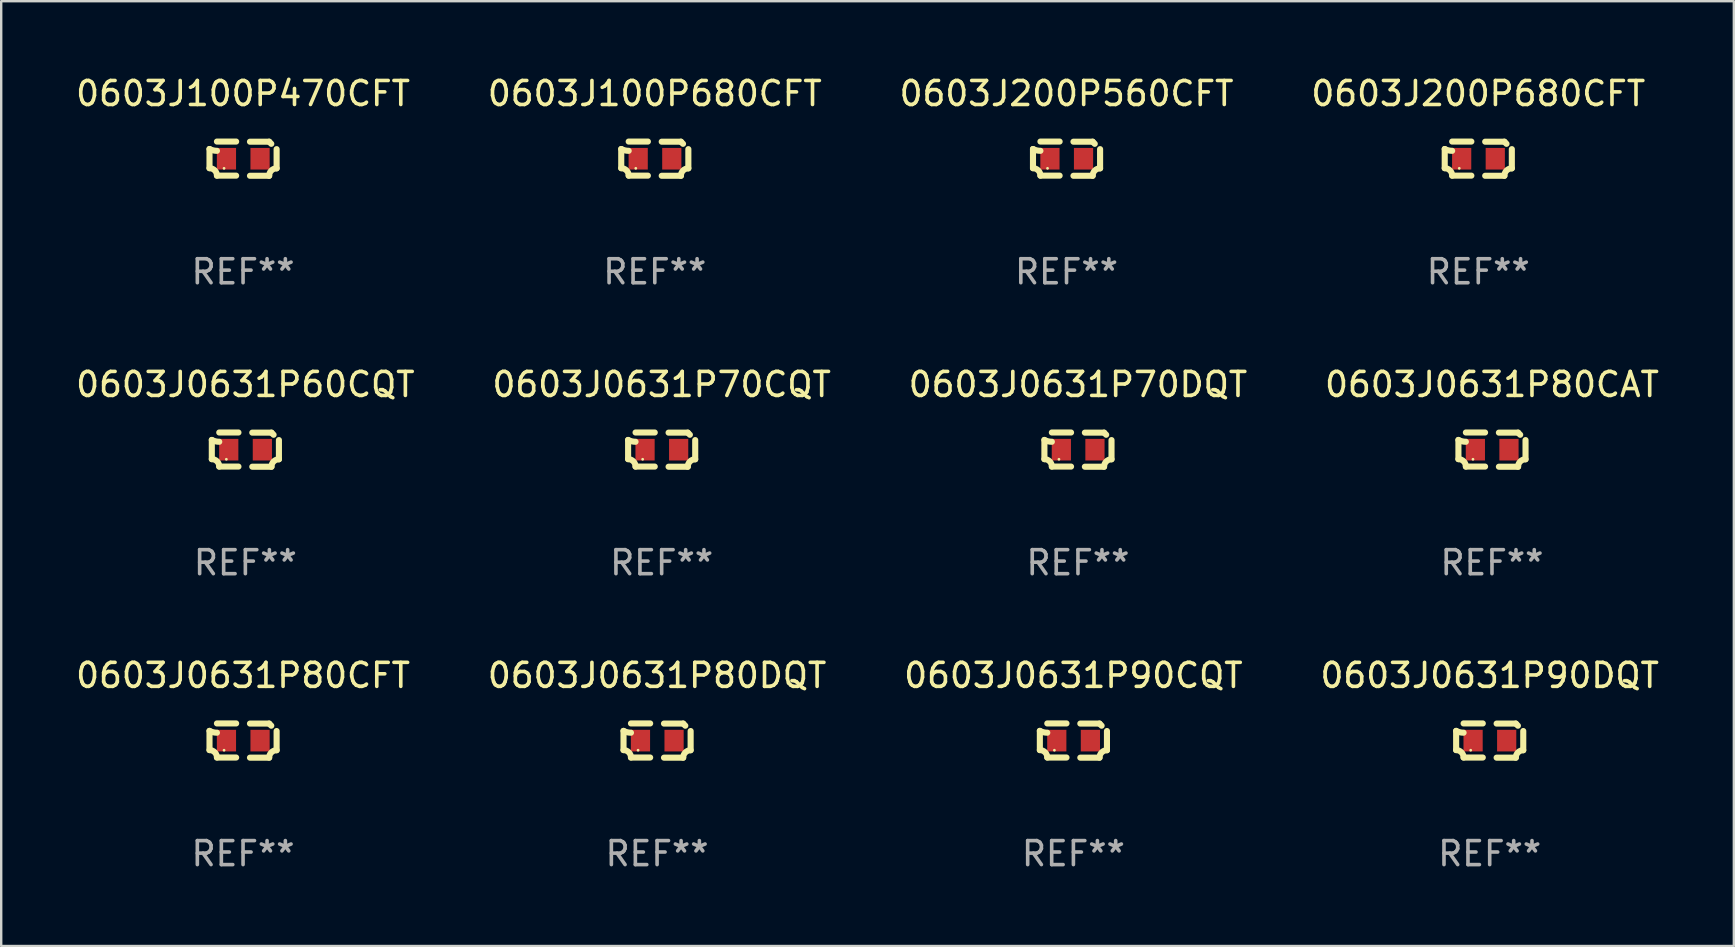
<source format=kicad_pcb>
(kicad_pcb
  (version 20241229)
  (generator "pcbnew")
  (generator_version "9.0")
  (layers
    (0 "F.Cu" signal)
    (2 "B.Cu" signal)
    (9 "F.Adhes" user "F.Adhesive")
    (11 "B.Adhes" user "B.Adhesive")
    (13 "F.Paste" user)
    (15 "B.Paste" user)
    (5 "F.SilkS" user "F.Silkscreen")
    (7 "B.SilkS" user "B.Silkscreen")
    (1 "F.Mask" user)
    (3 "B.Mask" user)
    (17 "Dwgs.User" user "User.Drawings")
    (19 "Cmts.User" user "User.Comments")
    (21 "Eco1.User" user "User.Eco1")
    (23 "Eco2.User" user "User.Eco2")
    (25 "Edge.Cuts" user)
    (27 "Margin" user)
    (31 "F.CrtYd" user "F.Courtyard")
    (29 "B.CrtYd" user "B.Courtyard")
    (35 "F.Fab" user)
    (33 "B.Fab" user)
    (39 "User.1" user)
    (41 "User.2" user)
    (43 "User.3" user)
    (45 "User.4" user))
  (footprint "0603J0631P90DQT"
    (layer "F.Cu")
    (at 59.018 27.805)
    (property "Reference" "0603J0631P90DQT" (at 0 -2.713 0) (layer "F.SilkS") (effects (font (size 1 1) (thickness 0.15))))
    (attr through_hole)
    (fp_line (start -1.398 -0.403) (end -1.398 0.397) (stroke (width 0.254) (type solid)) (layer "F.SilkS"))
    (fp_line (start -0.288 -0.713) (end -1.088 -0.713) (stroke (width 0.254) (type solid)) (layer "F.SilkS"))
    (fp_line (start -0.288 0.707) (end -1.088 0.707) (stroke (width 0.254) (type solid)) (layer "F.SilkS"))
    (fp_line (start 0.288 -0.707) (end 1.088 -0.707) (stroke (width 0.254) (type solid)) (layer "F.SilkS"))
    (fp_line (start 0.288 0.713) (end 1.088 0.713) (stroke (width 0.254) (type solid)) (layer "F.SilkS"))
    (fp_line (start 1.398 -0.397) (end 1.398 0.403) (stroke (width 0.254) (type solid)) (layer "F.SilkS"))
    (fp_arc (start -1.397789 0.397066) (mid -1.178701 0.487826) (end -1.08796 0.706922) (stroke (width 0.254001) (type solid)) (layer "F.SilkS"))
    (fp_arc (start -1.08796 -0.327176) (mid -1.247436 -0.346384) (end -1.39779 -0.402908) (stroke (width 0.254001) (type solid)) (layer "F.SilkS"))
    (fp_arc (start 1.087909 0.712738) (mid 1.178656 0.493655) (end 1.397739 0.402908) (stroke (width 0.254001) (type solid)) (layer "F.SilkS"))
    (fp_arc (start 1.175925 -0.618926) (mid 1.131917 -0.662923) (end 1.08791 -0.706922) (stroke (width 0.254001) (type solid)) (layer "F.SilkS"))
    (fp_circle (center -0.792 0.403) (end -0.762 0.403) (stroke (width 0.06) (type solid)) (fill no) (layer "F.SilkS"))
    (fp_text user "REF**" (at 0 4.713 0) (layer "F.Fab") (effects (font (size 1 1) (thickness 0.15))))
    (pad "1" smd rect (at -0.692 0.003) (size 0.8 0.9) (layers "F.Cu" "F.Mask" "F.Paste"))
    (pad "2" smd rect (at 0.708 0.003) (size 0.8 0.9) (layers "F.Cu" "F.Mask" "F.Paste")))
  (footprint "0603J100P470CFT"
    (layer "F.Cu")
    (at 7.077 3.561)
    (property "Reference" "0603J100P470CFT" (at 0 -2.713 0) (layer "F.SilkS") (effects (font (size 1 1) (thickness 0.15))))
    (attr through_hole)
    (fp_line (start -1.398 -0.403) (end -1.398 0.397) (stroke (width 0.254) (type solid)) (layer "F.SilkS"))
    (fp_line (start -0.288 -0.713) (end -1.088 -0.713) (stroke (width 0.254) (type solid)) (layer "F.SilkS"))
    (fp_line (start -0.288 0.707) (end -1.088 0.707) (stroke (width 0.254) (type solid)) (layer "F.SilkS"))
    (fp_line (start 0.288 -0.707) (end 1.088 -0.707) (stroke (width 0.254) (type solid)) (layer "F.SilkS"))
    (fp_line (start 0.288 0.713) (end 1.088 0.713) (stroke (width 0.254) (type solid)) (layer "F.SilkS"))
    (fp_line (start 1.398 -0.397) (end 1.398 0.403) (stroke (width 0.254) (type solid)) (layer "F.SilkS"))
    (fp_arc (start -1.397789 0.397066) (mid -1.178701 0.487826) (end -1.08796 0.706922) (stroke (width 0.254001) (type solid)) (layer "F.SilkS"))
    (fp_arc (start -1.08796 -0.327176) (mid -1.247436 -0.346384) (end -1.39779 -0.402908) (stroke (width 0.254001) (type solid)) (layer "F.SilkS"))
    (fp_arc (start 1.087909 0.712738) (mid 1.178656 0.493655) (end 1.397739 0.402908) (stroke (width 0.254001) (type solid)) (layer "F.SilkS"))
    (fp_arc (start 1.175925 -0.618926) (mid 1.131917 -0.662923) (end 1.08791 -0.706922) (stroke (width 0.254001) (type solid)) (layer "F.SilkS"))
    (fp_circle (center -0.792 0.403) (end -0.762 0.403) (stroke (width 0.06) (type solid)) (fill no) (layer "F.SilkS"))
    (fp_text user "REF**" (at 0 4.713 0) (layer "F.Fab") (effects (font (size 1 1) (thickness 0.15))))
    (pad "1" smd rect (at -0.692 0.003) (size 0.8 0.9) (layers "F.Cu" "F.Mask" "F.Paste"))
    (pad "2" smd rect (at 0.708 0.003) (size 0.8 0.9) (layers "F.Cu" "F.Mask" "F.Paste")))
  (footprint "0603J200P560CFT"
    (layer "F.Cu")
    (at 41.387 3.561)
    (property "Reference" "0603J200P560CFT" (at 0 -2.713 0) (layer "F.SilkS") (effects (font (size 1 1) (thickness 0.15))))
    (attr through_hole)
    (fp_line (start -1.398 -0.403) (end -1.398 0.397) (stroke (width 0.254) (type solid)) (layer "F.SilkS"))
    (fp_line (start -0.288 -0.713) (end -1.088 -0.713) (stroke (width 0.254) (type solid)) (layer "F.SilkS"))
    (fp_line (start -0.288 0.707) (end -1.088 0.707) (stroke (width 0.254) (type solid)) (layer "F.SilkS"))
    (fp_line (start 0.288 -0.707) (end 1.088 -0.707) (stroke (width 0.254) (type solid)) (layer "F.SilkS"))
    (fp_line (start 0.288 0.713) (end 1.088 0.713) (stroke (width 0.254) (type solid)) (layer "F.SilkS"))
    (fp_line (start 1.398 -0.397) (end 1.398 0.403) (stroke (width 0.254) (type solid)) (layer "F.SilkS"))
    (fp_arc (start -1.397789 0.397066) (mid -1.178701 0.487826) (end -1.08796 0.706922) (stroke (width 0.254001) (type solid)) (layer "F.SilkS"))
    (fp_arc (start -1.08796 -0.327176) (mid -1.247436 -0.346384) (end -1.39779 -0.402908) (stroke (width 0.254001) (type solid)) (layer "F.SilkS"))
    (fp_arc (start 1.087909 0.712738) (mid 1.178656 0.493655) (end 1.397739 0.402908) (stroke (width 0.254001) (type solid)) (layer "F.SilkS"))
    (fp_arc (start 1.175925 -0.618926) (mid 1.131917 -0.662923) (end 1.08791 -0.706922) (stroke (width 0.254001) (type solid)) (layer "F.SilkS"))
    (fp_circle (center -0.792 0.403) (end -0.762 0.403) (stroke (width 0.06) (type solid)) (fill no) (layer "F.SilkS"))
    (fp_text user "REF**" (at 0 4.713 0) (layer "F.Fab") (effects (font (size 1 1) (thickness 0.15))))
    (pad "1" smd rect (at -0.692 0.003) (size 0.8 0.9) (layers "F.Cu" "F.Mask" "F.Paste"))
    (pad "2" smd rect (at 0.708 0.003) (size 0.8 0.9) (layers "F.Cu" "F.Mask" "F.Paste")))
  (footprint "0603J200P680CFT"
    (layer "F.Cu")
    (at 58.542 3.561)
    (property "Reference" "0603J200P680CFT" (at 0 -2.713 0) (layer "F.SilkS") (effects (font (size 1 1) (thickness 0.15))))
    (attr through_hole)
    (fp_line (start -1.398 -0.403) (end -1.398 0.397) (stroke (width 0.254) (type solid)) (layer "F.SilkS"))
    (fp_line (start -0.288 -0.713) (end -1.088 -0.713) (stroke (width 0.254) (type solid)) (layer "F.SilkS"))
    (fp_line (start -0.288 0.707) (end -1.088 0.707) (stroke (width 0.254) (type solid)) (layer "F.SilkS"))
    (fp_line (start 0.288 -0.707) (end 1.088 -0.707) (stroke (width 0.254) (type solid)) (layer "F.SilkS"))
    (fp_line (start 0.288 0.713) (end 1.088 0.713) (stroke (width 0.254) (type solid)) (layer "F.SilkS"))
    (fp_line (start 1.398 -0.397) (end 1.398 0.403) (stroke (width 0.254) (type solid)) (layer "F.SilkS"))
    (fp_arc (start -1.397789 0.397066) (mid -1.178701 0.487826) (end -1.08796 0.706922) (stroke (width 0.254001) (type solid)) (layer "F.SilkS"))
    (fp_arc (start -1.08796 -0.327176) (mid -1.247436 -0.346384) (end -1.39779 -0.402908) (stroke (width 0.254001) (type solid)) (layer "F.SilkS"))
    (fp_arc (start 1.087909 0.712738) (mid 1.178656 0.493655) (end 1.397739 0.402908) (stroke (width 0.254001) (type solid)) (layer "F.SilkS"))
    (fp_arc (start 1.175925 -0.618926) (mid 1.131917 -0.662923) (end 1.08791 -0.706922) (stroke (width 0.254001) (type solid)) (layer "F.SilkS"))
    (fp_circle (center -0.792 0.403) (end -0.762 0.403) (stroke (width 0.06) (type solid)) (fill no) (layer "F.SilkS"))
    (fp_text user "REF**" (at 0 4.713 0) (layer "F.Fab") (effects (font (size 1 1) (thickness 0.15))))
    (pad "1" smd rect (at -0.692 0.003) (size 0.8 0.9) (layers "F.Cu" "F.Mask" "F.Paste"))
    (pad "2" smd rect (at 0.708 0.003) (size 0.8 0.9) (layers "F.Cu" "F.Mask" "F.Paste")))
  (footprint "0603J100P680CFT"
    (layer "F.Cu")
    (at 24.232 3.561)
    (property "Reference" "0603J100P680CFT" (at 0 -2.713 0) (layer "F.SilkS") (effects (font (size 1 1) (thickness 0.15))))
    (attr through_hole)
    (fp_line (start -1.398 -0.403) (end -1.398 0.397) (stroke (width 0.254) (type solid)) (layer "F.SilkS"))
    (fp_line (start -0.288 -0.713) (end -1.088 -0.713) (stroke (width 0.254) (type solid)) (layer "F.SilkS"))
    (fp_line (start -0.288 0.707) (end -1.088 0.707) (stroke (width 0.254) (type solid)) (layer "F.SilkS"))
    (fp_line (start 0.288 -0.707) (end 1.088 -0.707) (stroke (width 0.254) (type solid)) (layer "F.SilkS"))
    (fp_line (start 0.288 0.713) (end 1.088 0.713) (stroke (width 0.254) (type solid)) (layer "F.SilkS"))
    (fp_line (start 1.398 -0.397) (end 1.398 0.403) (stroke (width 0.254) (type solid)) (layer "F.SilkS"))
    (fp_arc (start -1.397789 0.397066) (mid -1.178701 0.487826) (end -1.08796 0.706922) (stroke (width 0.254001) (type solid)) (layer "F.SilkS"))
    (fp_arc (start -1.08796 -0.327176) (mid -1.247436 -0.346384) (end -1.39779 -0.402908) (stroke (width 0.254001) (type solid)) (layer "F.SilkS"))
    (fp_arc (start 1.087909 0.712738) (mid 1.178656 0.493655) (end 1.397739 0.402908) (stroke (width 0.254001) (type solid)) (layer "F.SilkS"))
    (fp_arc (start 1.175925 -0.618926) (mid 1.131917 -0.662923) (end 1.08791 -0.706922) (stroke (width 0.254001) (type solid)) (layer "F.SilkS"))
    (fp_circle (center -0.792 0.403) (end -0.762 0.403) (stroke (width 0.06) (type solid)) (fill no) (layer "F.SilkS"))
    (fp_text user "REF**" (at 0 4.713 0) (layer "F.Fab") (effects (font (size 1 1) (thickness 0.15))))
    (pad "1" smd rect (at -0.692 0.003) (size 0.8 0.9) (layers "F.Cu" "F.Mask" "F.Paste"))
    (pad "2" smd rect (at 0.708 0.003) (size 0.8 0.9) (layers "F.Cu" "F.Mask" "F.Paste")))
  (footprint "0603J0631P80CFT"
    (layer "F.Cu")
    (at 7.077 27.805)
    (property "Reference" "0603J0631P80CFT" (at 0 -2.713 0) (layer "F.SilkS") (effects (font (size 1 1) (thickness 0.15))))
    (attr through_hole)
    (fp_line (start -1.398 -0.403) (end -1.398 0.397) (stroke (width 0.254) (type solid)) (layer "F.SilkS"))
    (fp_line (start -0.288 -0.713) (end -1.088 -0.713) (stroke (width 0.254) (type solid)) (layer "F.SilkS"))
    (fp_line (start -0.288 0.707) (end -1.088 0.707) (stroke (width 0.254) (type solid)) (layer "F.SilkS"))
    (fp_line (start 0.288 -0.707) (end 1.088 -0.707) (stroke (width 0.254) (type solid)) (layer "F.SilkS"))
    (fp_line (start 0.288 0.713) (end 1.088 0.713) (stroke (width 0.254) (type solid)) (layer "F.SilkS"))
    (fp_line (start 1.398 -0.397) (end 1.398 0.403) (stroke (width 0.254) (type solid)) (layer "F.SilkS"))
    (fp_arc (start -1.397789 0.397066) (mid -1.178701 0.487826) (end -1.08796 0.706922) (stroke (width 0.254001) (type solid)) (layer "F.SilkS"))
    (fp_arc (start -1.08796 -0.327176) (mid -1.247436 -0.346384) (end -1.39779 -0.402908) (stroke (width 0.254001) (type solid)) (layer "F.SilkS"))
    (fp_arc (start 1.087909 0.712738) (mid 1.178656 0.493655) (end 1.397739 0.402908) (stroke (width 0.254001) (type solid)) (layer "F.SilkS"))
    (fp_arc (start 1.175925 -0.618926) (mid 1.131917 -0.662923) (end 1.08791 -0.706922) (stroke (width 0.254001) (type solid)) (layer "F.SilkS"))
    (fp_circle (center -0.792 0.403) (end -0.762 0.403) (stroke (width 0.06) (type solid)) (fill no) (layer "F.SilkS"))
    (fp_text user "REF**" (at 0 4.713 0) (layer "F.Fab") (effects (font (size 1 1) (thickness 0.15))))
    (pad "1" smd rect (at -0.692 0.003) (size 0.8 0.9) (layers "F.Cu" "F.Mask" "F.Paste"))
    (pad "2" smd rect (at 0.708 0.003) (size 0.8 0.9) (layers "F.Cu" "F.Mask" "F.Paste")))
  (footprint "0603J0631P70CQT"
    (layer "F.Cu")
    (at 24.518 15.683)
    (property "Reference" "0603J0631P70CQT" (at 0 -2.713 0) (layer "F.SilkS") (effects (font (size 1 1) (thickness 0.15))))
    (attr through_hole)
    (fp_line (start -1.398 -0.403) (end -1.398 0.397) (stroke (width 0.254) (type solid)) (layer "F.SilkS"))
    (fp_line (start -0.288 -0.713) (end -1.088 -0.713) (stroke (width 0.254) (type solid)) (layer "F.SilkS"))
    (fp_line (start -0.288 0.707) (end -1.088 0.707) (stroke (width 0.254) (type solid)) (layer "F.SilkS"))
    (fp_line (start 0.288 -0.707) (end 1.088 -0.707) (stroke (width 0.254) (type solid)) (layer "F.SilkS"))
    (fp_line (start 0.288 0.713) (end 1.088 0.713) (stroke (width 0.254) (type solid)) (layer "F.SilkS"))
    (fp_line (start 1.398 -0.397) (end 1.398 0.403) (stroke (width 0.254) (type solid)) (layer "F.SilkS"))
    (fp_arc (start -1.397789 0.397066) (mid -1.178701 0.487826) (end -1.08796 0.706922) (stroke (width 0.254001) (type solid)) (layer "F.SilkS"))
    (fp_arc (start -1.08796 -0.327176) (mid -1.247436 -0.346384) (end -1.39779 -0.402908) (stroke (width 0.254001) (type solid)) (layer "F.SilkS"))
    (fp_arc (start 1.087909 0.712738) (mid 1.178656 0.493655) (end 1.397739 0.402908) (stroke (width 0.254001) (type solid)) (layer "F.SilkS"))
    (fp_arc (start 1.175925 -0.618926) (mid 1.131917 -0.662923) (end 1.08791 -0.706922) (stroke (width 0.254001) (type solid)) (layer "F.SilkS"))
    (fp_circle (center -0.792 0.403) (end -0.762 0.403) (stroke (width 0.06) (type solid)) (fill no) (layer "F.SilkS"))
    (fp_text user "REF**" (at 0 4.713 0) (layer "F.Fab") (effects (font (size 1 1) (thickness 0.15))))
    (pad "1" smd rect (at -0.692 0.003) (size 0.8 0.9) (layers "F.Cu" "F.Mask" "F.Paste"))
    (pad "2" smd rect (at 0.708 0.003) (size 0.8 0.9) (layers "F.Cu" "F.Mask" "F.Paste")))
  (footprint "0603J0631P90CQT"
    (layer "F.Cu")
    (at 41.673 27.805)
    (property "Reference" "0603J0631P90CQT" (at 0 -2.713 0) (layer "F.SilkS") (effects (font (size 1 1) (thickness 0.15))))
    (attr through_hole)
    (fp_line (start -1.398 -0.403) (end -1.398 0.397) (stroke (width 0.254) (type solid)) (layer "F.SilkS"))
    (fp_line (start -0.288 -0.713) (end -1.088 -0.713) (stroke (width 0.254) (type solid)) (layer "F.SilkS"))
    (fp_line (start -0.288 0.707) (end -1.088 0.707) (stroke (width 0.254) (type solid)) (layer "F.SilkS"))
    (fp_line (start 0.288 -0.707) (end 1.088 -0.707) (stroke (width 0.254) (type solid)) (layer "F.SilkS"))
    (fp_line (start 0.288 0.713) (end 1.088 0.713) (stroke (width 0.254) (type solid)) (layer "F.SilkS"))
    (fp_line (start 1.398 -0.397) (end 1.398 0.403) (stroke (width 0.254) (type solid)) (layer "F.SilkS"))
    (fp_arc (start -1.397789 0.397066) (mid -1.178701 0.487826) (end -1.08796 0.706922) (stroke (width 0.254001) (type solid)) (layer "F.SilkS"))
    (fp_arc (start -1.08796 -0.327176) (mid -1.247436 -0.346384) (end -1.39779 -0.402908) (stroke (width 0.254001) (type solid)) (layer "F.SilkS"))
    (fp_arc (start 1.087909 0.712738) (mid 1.178656 0.493655) (end 1.397739 0.402908) (stroke (width 0.254001) (type solid)) (layer "F.SilkS"))
    (fp_arc (start 1.175925 -0.618926) (mid 1.131917 -0.662923) (end 1.08791 -0.706922) (stroke (width 0.254001) (type solid)) (layer "F.SilkS"))
    (fp_circle (center -0.792 0.403) (end -0.762 0.403) (stroke (width 0.06) (type solid)) (fill no) (layer "F.SilkS"))
    (fp_text user "REF**" (at 0 4.713 0) (layer "F.Fab") (effects (font (size 1 1) (thickness 0.15))))
    (pad "1" smd rect (at -0.692 0.003) (size 0.8 0.9) (layers "F.Cu" "F.Mask" "F.Paste"))
    (pad "2" smd rect (at 0.708 0.003) (size 0.8 0.9) (layers "F.Cu" "F.Mask" "F.Paste")))
  (footprint "0603J0631P80DQT"
    (layer "F.Cu")
    (at 24.327 27.805)
    (property "Reference" "0603J0631P80DQT" (at 0 -2.713 0) (layer "F.SilkS") (effects (font (size 1 1) (thickness 0.15))))
    (attr through_hole)
    (fp_line (start -1.398 -0.403) (end -1.398 0.397) (stroke (width 0.254) (type solid)) (layer "F.SilkS"))
    (fp_line (start -0.288 -0.713) (end -1.088 -0.713) (stroke (width 0.254) (type solid)) (layer "F.SilkS"))
    (fp_line (start -0.288 0.707) (end -1.088 0.707) (stroke (width 0.254) (type solid)) (layer "F.SilkS"))
    (fp_line (start 0.288 -0.707) (end 1.088 -0.707) (stroke (width 0.254) (type solid)) (layer "F.SilkS"))
    (fp_line (start 0.288 0.713) (end 1.088 0.713) (stroke (width 0.254) (type solid)) (layer "F.SilkS"))
    (fp_line (start 1.398 -0.397) (end 1.398 0.403) (stroke (width 0.254) (type solid)) (layer "F.SilkS"))
    (fp_arc (start -1.397789 0.397066) (mid -1.178701 0.487826) (end -1.08796 0.706922) (stroke (width 0.254001) (type solid)) (layer "F.SilkS"))
    (fp_arc (start -1.08796 -0.327176) (mid -1.247436 -0.346384) (end -1.39779 -0.402908) (stroke (width 0.254001) (type solid)) (layer "F.SilkS"))
    (fp_arc (start 1.087909 0.712738) (mid 1.178656 0.493655) (end 1.397739 0.402908) (stroke (width 0.254001) (type solid)) (layer "F.SilkS"))
    (fp_arc (start 1.175925 -0.618926) (mid 1.131917 -0.662923) (end 1.08791 -0.706922) (stroke (width 0.254001) (type solid)) (layer "F.SilkS"))
    (fp_circle (center -0.792 0.403) (end -0.762 0.403) (stroke (width 0.06) (type solid)) (fill no) (layer "F.SilkS"))
    (fp_text user "REF**" (at 0 4.713 0) (layer "F.Fab") (effects (font (size 1 1) (thickness 0.15))))
    (pad "1" smd rect (at -0.692 0.003) (size 0.8 0.9) (layers "F.Cu" "F.Mask" "F.Paste"))
    (pad "2" smd rect (at 0.708 0.003) (size 0.8 0.9) (layers "F.Cu" "F.Mask" "F.Paste")))
  (footprint "0603J0631P80CAT"
    (layer "F.Cu")
    (at 59.113 15.683)
    (property "Reference" "0603J0631P80CAT" (at 0 -2.713 0) (layer "F.SilkS") (effects (font (size 1 1) (thickness 0.15))))
    (attr through_hole)
    (fp_line (start -1.398 -0.403) (end -1.398 0.397) (stroke (width 0.254) (type solid)) (layer "F.SilkS"))
    (fp_line (start -0.288 -0.713) (end -1.088 -0.713) (stroke (width 0.254) (type solid)) (layer "F.SilkS"))
    (fp_line (start -0.288 0.707) (end -1.088 0.707) (stroke (width 0.254) (type solid)) (layer "F.SilkS"))
    (fp_line (start 0.288 -0.707) (end 1.088 -0.707) (stroke (width 0.254) (type solid)) (layer "F.SilkS"))
    (fp_line (start 0.288 0.713) (end 1.088 0.713) (stroke (width 0.254) (type solid)) (layer "F.SilkS"))
    (fp_line (start 1.398 -0.397) (end 1.398 0.403) (stroke (width 0.254) (type solid)) (layer "F.SilkS"))
    (fp_arc (start -1.397789 0.397066) (mid -1.178701 0.487826) (end -1.08796 0.706922) (stroke (width 0.254001) (type solid)) (layer "F.SilkS"))
    (fp_arc (start -1.08796 -0.327176) (mid -1.247436 -0.346384) (end -1.39779 -0.402908) (stroke (width 0.254001) (type solid)) (layer "F.SilkS"))
    (fp_arc (start 1.087909 0.712738) (mid 1.178656 0.493655) (end 1.397739 0.402908) (stroke (width 0.254001) (type solid)) (layer "F.SilkS"))
    (fp_arc (start 1.175925 -0.618926) (mid 1.131917 -0.662923) (end 1.08791 -0.706922) (stroke (width 0.254001) (type solid)) (layer "F.SilkS"))
    (fp_circle (center -0.792 0.403) (end -0.762 0.403) (stroke (width 0.06) (type solid)) (fill no) (layer "F.SilkS"))
    (fp_text user "REF**" (at 0 4.713 0) (layer "F.Fab") (effects (font (size 1 1) (thickness 0.15))))
    (pad "1" smd rect (at -0.692 0.003) (size 0.8 0.9) (layers "F.Cu" "F.Mask" "F.Paste"))
    (pad "2" smd rect (at 0.708 0.003) (size 0.8 0.9) (layers "F.Cu" "F.Mask" "F.Paste")))
  (footprint "0603J0631P60CQT"
    (layer "F.Cu")
    (at 7.173 15.683)
    (property "Reference" "0603J0631P60CQT" (at 0 -2.713 0) (layer "F.SilkS") (effects (font (size 1 1) (thickness 0.15))))
    (attr through_hole)
    (fp_line (start -1.398 -0.403) (end -1.398 0.397) (stroke (width 0.254) (type solid)) (layer "F.SilkS"))
    (fp_line (start -0.288 -0.713) (end -1.088 -0.713) (stroke (width 0.254) (type solid)) (layer "F.SilkS"))
    (fp_line (start -0.288 0.707) (end -1.088 0.707) (stroke (width 0.254) (type solid)) (layer "F.SilkS"))
    (fp_line (start 0.288 -0.707) (end 1.088 -0.707) (stroke (width 0.254) (type solid)) (layer "F.SilkS"))
    (fp_line (start 0.288 0.713) (end 1.088 0.713) (stroke (width 0.254) (type solid)) (layer "F.SilkS"))
    (fp_line (start 1.398 -0.397) (end 1.398 0.403) (stroke (width 0.254) (type solid)) (layer "F.SilkS"))
    (fp_arc (start -1.397789 0.397066) (mid -1.178701 0.487826) (end -1.08796 0.706922) (stroke (width 0.254001) (type solid)) (layer "F.SilkS"))
    (fp_arc (start -1.08796 -0.327176) (mid -1.247436 -0.346384) (end -1.39779 -0.402908) (stroke (width 0.254001) (type solid)) (layer "F.SilkS"))
    (fp_arc (start 1.087909 0.712738) (mid 1.178656 0.493655) (end 1.397739 0.402908) (stroke (width 0.254001) (type solid)) (layer "F.SilkS"))
    (fp_arc (start 1.175925 -0.618926) (mid 1.131917 -0.662923) (end 1.08791 -0.706922) (stroke (width 0.254001) (type solid)) (layer "F.SilkS"))
    (fp_circle (center -0.792 0.403) (end -0.762 0.403) (stroke (width 0.06) (type solid)) (fill no) (layer "F.SilkS"))
    (fp_text user "REF**" (at 0 4.713 0) (layer "F.Fab") (effects (font (size 1 1) (thickness 0.15))))
    (pad "1" smd rect (at -0.692 0.003) (size 0.8 0.9) (layers "F.Cu" "F.Mask" "F.Paste"))
    (pad "2" smd rect (at 0.708 0.003) (size 0.8 0.9) (layers "F.Cu" "F.Mask" "F.Paste")))
  (footprint "0603J0631P70DQT"
    (layer "F.Cu")
    (at 41.863 15.683)
    (property "Reference" "0603J0631P70DQT" (at 0 -2.713 0) (layer "F.SilkS") (effects (font (size 1 1) (thickness 0.15))))
    (attr through_hole)
    (fp_line (start -1.398 -0.403) (end -1.398 0.397) (stroke (width 0.254) (type solid)) (layer "F.SilkS"))
    (fp_line (start -0.288 -0.713) (end -1.088 -0.713) (stroke (width 0.254) (type solid)) (layer "F.SilkS"))
    (fp_line (start -0.288 0.707) (end -1.088 0.707) (stroke (width 0.254) (type solid)) (layer "F.SilkS"))
    (fp_line (start 0.288 -0.707) (end 1.088 -0.707) (stroke (width 0.254) (type solid)) (layer "F.SilkS"))
    (fp_line (start 0.288 0.713) (end 1.088 0.713) (stroke (width 0.254) (type solid)) (layer "F.SilkS"))
    (fp_line (start 1.398 -0.397) (end 1.398 0.403) (stroke (width 0.254) (type solid)) (layer "F.SilkS"))
    (fp_arc (start -1.397789 0.397066) (mid -1.178701 0.487826) (end -1.08796 0.706922) (stroke (width 0.254001) (type solid)) (layer "F.SilkS"))
    (fp_arc (start -1.08796 -0.327176) (mid -1.247436 -0.346384) (end -1.39779 -0.402908) (stroke (width 0.254001) (type solid)) (layer "F.SilkS"))
    (fp_arc (start 1.087909 0.712738) (mid 1.178656 0.493655) (end 1.397739 0.402908) (stroke (width 0.254001) (type solid)) (layer "F.SilkS"))
    (fp_arc (start 1.175925 -0.618926) (mid 1.131917 -0.662923) (end 1.08791 -0.706922) (stroke (width 0.254001) (type solid)) (layer "F.SilkS"))
    (fp_circle (center -0.792 0.403) (end -0.762 0.403) (stroke (width 0.06) (type solid)) (fill no) (layer "F.SilkS"))
    (fp_text user "REF**" (at 0 4.713 0) (layer "F.Fab") (effects (font (size 1 1) (thickness 0.15))))
    (pad "1" smd rect (at -0.692 0.003) (size 0.8 0.9) (layers "F.Cu" "F.Mask" "F.Paste"))
    (pad "2" smd rect (at 0.708 0.003) (size 0.8 0.9) (layers "F.Cu" "F.Mask" "F.Paste")))
  (gr_rect
    (start -3 -3)
    (end 69.19 36.366)
    (stroke (width 0.1) (type default))
    (fill no)
    (layer "Edge.Cuts")))
</source>
